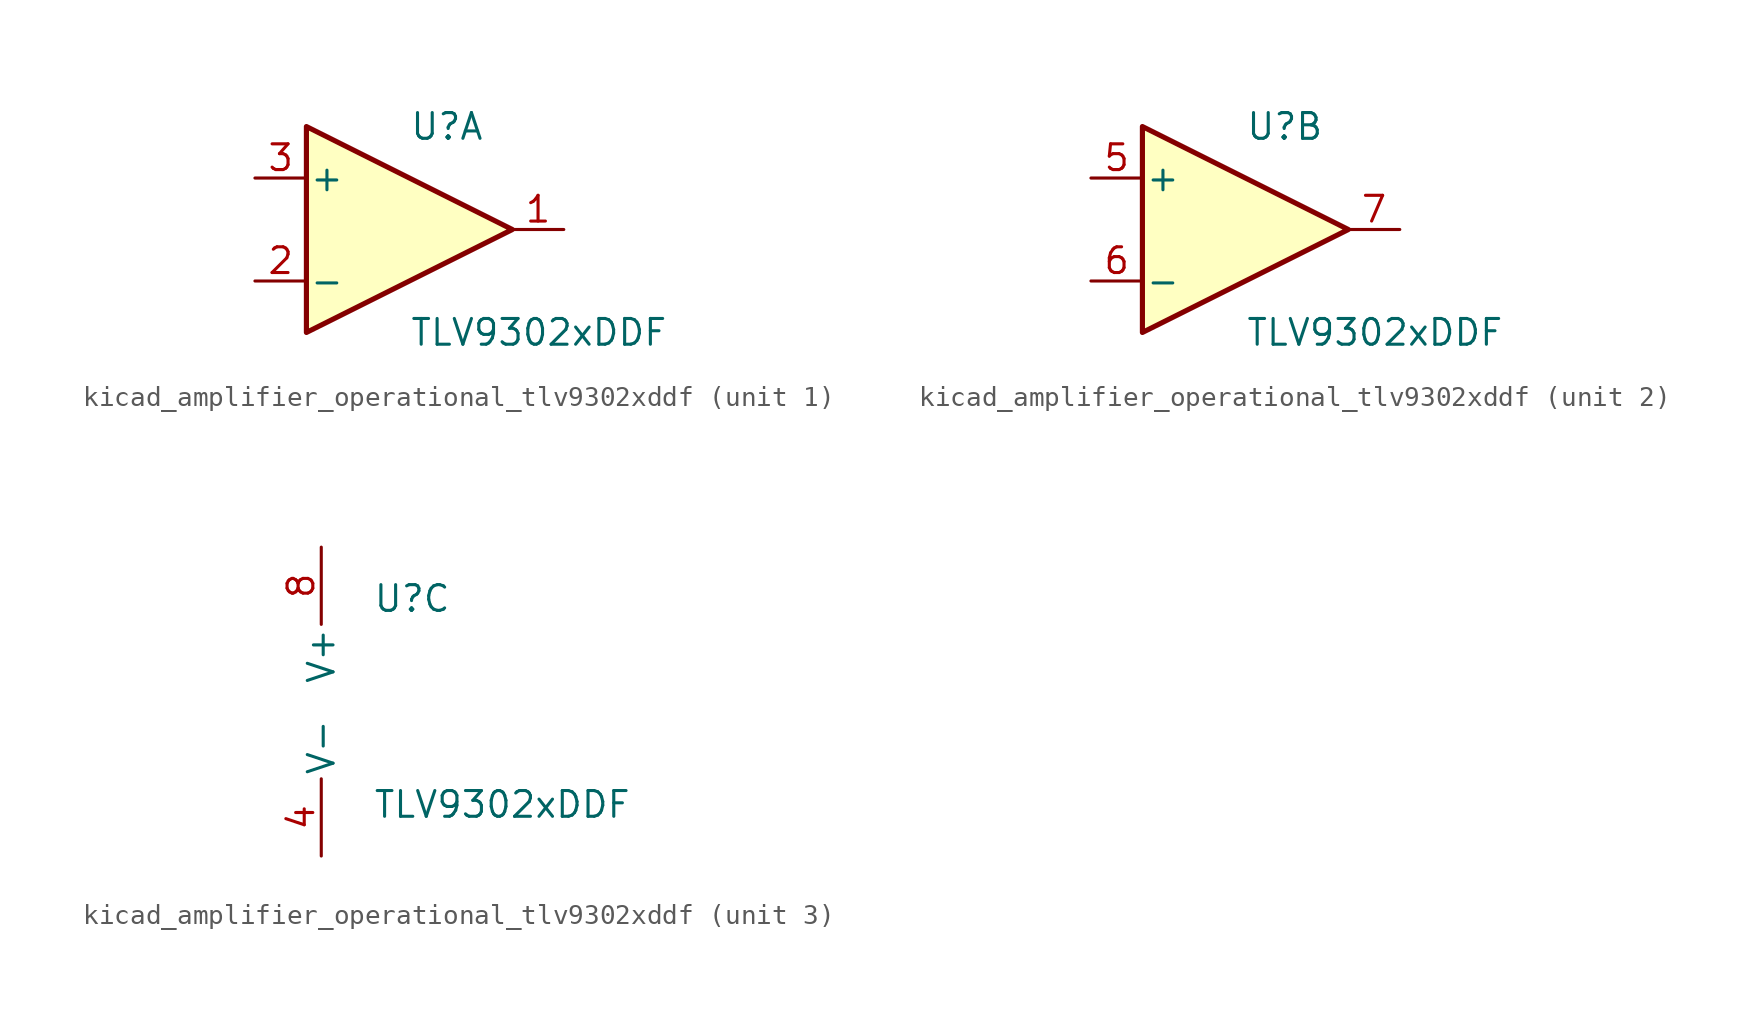
<source format=kicad_sym>
(kicad_symbol_lib
  (version 20220914)
  (generator kicad_symbol_editor)
  (symbol "kicad_amplifier_operational_tlv9302xddf"
    (pin_names
      (offset 0.127))
    (property "Reference" "U"
      (at 0 5.08 0)
      (effects (font (size 1.27 1.27)) (justify left)))
    (property "Value" "TLV9302xDDF"
      (at 0 -5.08 0)
      (effects (font (size 1.27 1.27)) (justify left)))
    (property "ki_locked" ""
      (at 0 0 0)
      (effects (font (size 1.27 1.27))))
    (symbol "kicad_amplifier_operational_tlv9302xddf_1_1"
      (polyline (pts (xy -5.08 5.08) (xy 5.08 0) (xy -5.08 -5.08) (xy -5.08 5.08)) (stroke (width 0.254) (type default)) (fill (type background)))
      (pin output line (at 7.62 0 180) (length 2.54) (name "~" (effects (font (size 1.27 1.27)))) (number "1" (effects (font (size 1.27 1.27)))))
      (pin input line (at -7.62 -2.54 0) (length 2.54) (name "-" (effects (font (size 1.27 1.27)))) (number "2" (effects (font (size 1.27 1.27)))))
      (pin input line (at -7.62 2.54 0) (length 2.54) (name "+" (effects (font (size 1.27 1.27)))) (number "3" (effects (font (size 1.27 1.27))))))
    (symbol "kicad_amplifier_operational_tlv9302xddf_2_1"
      (polyline (pts (xy -5.08 5.08) (xy 5.08 0) (xy -5.08 -5.08) (xy -5.08 5.08)) (stroke (width 0.254) (type default)) (fill (type background)))
      (pin input line (at -7.62 2.54 0) (length 2.54) (name "+" (effects (font (size 1.27 1.27)))) (number "5" (effects (font (size 1.27 1.27)))))
      (pin input line (at -7.62 -2.54 0) (length 2.54) (name "-" (effects (font (size 1.27 1.27)))) (number "6" (effects (font (size 1.27 1.27)))))
      (pin output line (at 7.62 0 180) (length 2.54) (name "~" (effects (font (size 1.27 1.27)))) (number "7" (effects (font (size 1.27 1.27))))))
    (symbol "kicad_amplifier_operational_tlv9302xddf_3_1"
      (pin power_in line (at -2.54 -7.62 90) (length 3.81) (name "V-" (effects (font (size 1.27 1.27)))) (number "4" (effects (font (size 1.27 1.27)))))
      (pin power_in line (at -2.54 7.62 270) (length 3.81) (name "V+" (effects (font (size 1.27 1.27)))) (number "8" (effects (font (size 1.27 1.27))))))))
</source>
